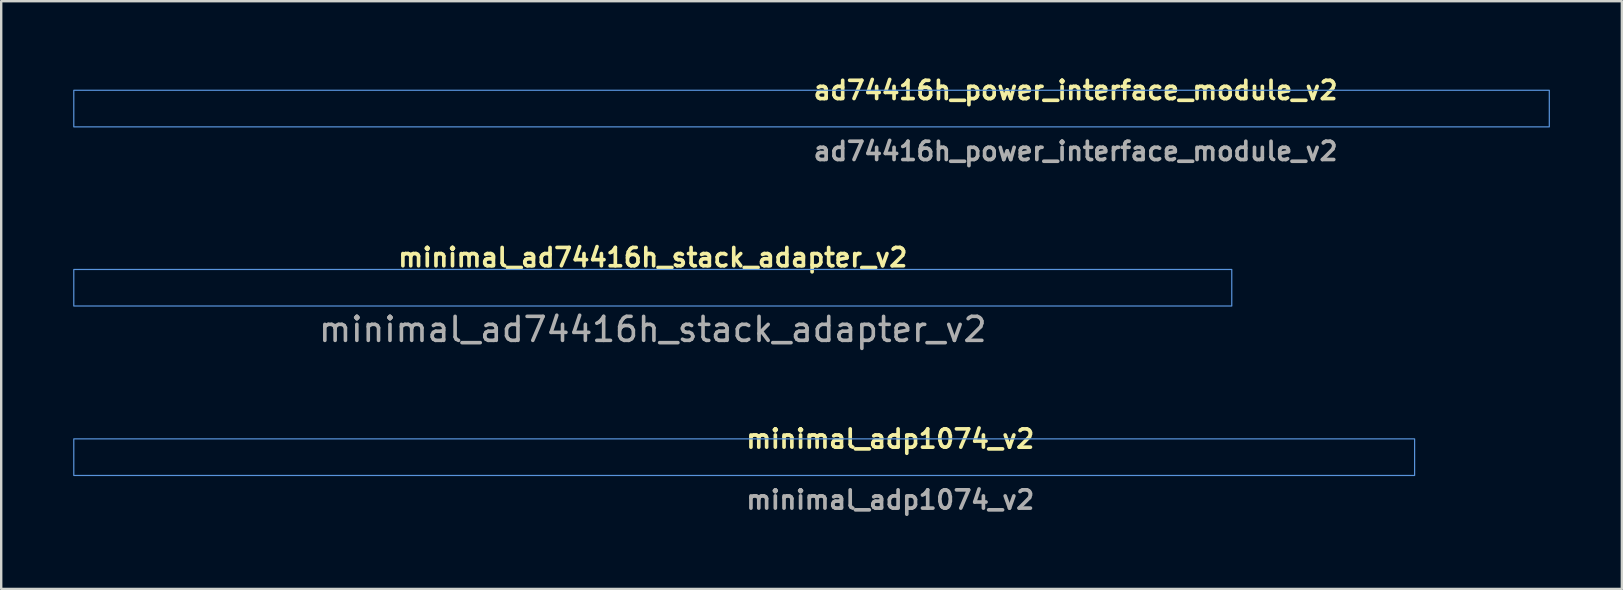
<source format=kicad_pcb>
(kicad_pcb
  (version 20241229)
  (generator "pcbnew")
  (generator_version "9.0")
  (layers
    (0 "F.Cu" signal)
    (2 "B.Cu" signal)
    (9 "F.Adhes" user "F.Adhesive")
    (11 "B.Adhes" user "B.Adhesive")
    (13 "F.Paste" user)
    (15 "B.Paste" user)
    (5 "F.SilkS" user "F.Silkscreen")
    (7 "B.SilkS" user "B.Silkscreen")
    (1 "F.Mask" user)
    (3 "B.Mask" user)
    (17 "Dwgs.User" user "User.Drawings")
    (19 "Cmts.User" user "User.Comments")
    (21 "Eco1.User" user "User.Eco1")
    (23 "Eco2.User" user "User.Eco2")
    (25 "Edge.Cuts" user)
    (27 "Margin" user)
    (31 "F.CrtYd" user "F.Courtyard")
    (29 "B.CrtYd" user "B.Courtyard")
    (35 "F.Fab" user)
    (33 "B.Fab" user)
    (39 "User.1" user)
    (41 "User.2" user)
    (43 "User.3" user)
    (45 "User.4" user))
  (footprint "minimal_adp1074_v2"
    (layer "F.Cu")
    (at 27.965 15.241)
    (property "Reference" "minimal_adp1074_v2" (at 0 0 0) (unlocked yes) (layer "F.SilkS") (effects (font (size 0.762 0.762) (thickness 0.152) (bold yes)) (justify left)))
    (fp_rect (start -27.94 0) (end 27.94 1.524) (stroke (width 0.05) (type solid)) (fill no) (layer "Cmts.User"))
    (fp_text user "${REFERENCE}" (at 0 2.54 0) (unlocked yes) (layer "F.Fab") (effects (font (size 0.762 0.762) (thickness 0.152) (bold yes)) (justify left))))
  (footprint "ad74416h_power_interface_module_v2"
    (layer "F.Cu")
    (at 30.772 0.713)
    (property "Reference" "ad74416h_power_interface_module_v2" (at 0 0 0) (unlocked yes) (layer "F.SilkS") (effects (font (size 0.762 0.762) (thickness 0.152) (bold yes)) (justify left)))
    (fp_rect (start -30.747 0) (end 30.747 1.524) (stroke (width 0.05) (type solid)) (fill no) (layer "Cmts.User"))
    (fp_text user "${REFERENCE}" (at 0 2.54 0) (unlocked yes) (layer "F.Fab") (effects (font (size 0.762 0.762) (thickness 0.152) (bold yes)) (justify left))))
  (footprint "minimal_ad74416h_stack_adapter_v2"
    (layer "F.Cu")
    (at 24.155 8.18)
    (property "Reference" "minimal_ad74416h_stack_adapter_v2" (at 0 -0.5 0) (unlocked yes) (layer "F.SilkS") (effects (font (size 0.762 0.762) (thickness 0.152) (bold yes))))
    (fp_rect (start -24.13 0) (end 24.13 1.524) (stroke (width 0.05) (type solid)) (fill no) (layer "Cmts.User"))
    (fp_text user "${REFERENCE}" (at 0 2.5 0) (unlocked yes) (layer "F.Fab") (effects (font (size 1 1) (thickness 0.15)))))
  (gr_rect
    (start -3 -3)
    (end 64.543 21.494)
    (stroke (width 0.1) (type default))
    (fill no)
    (layer "Edge.Cuts")))
</source>
